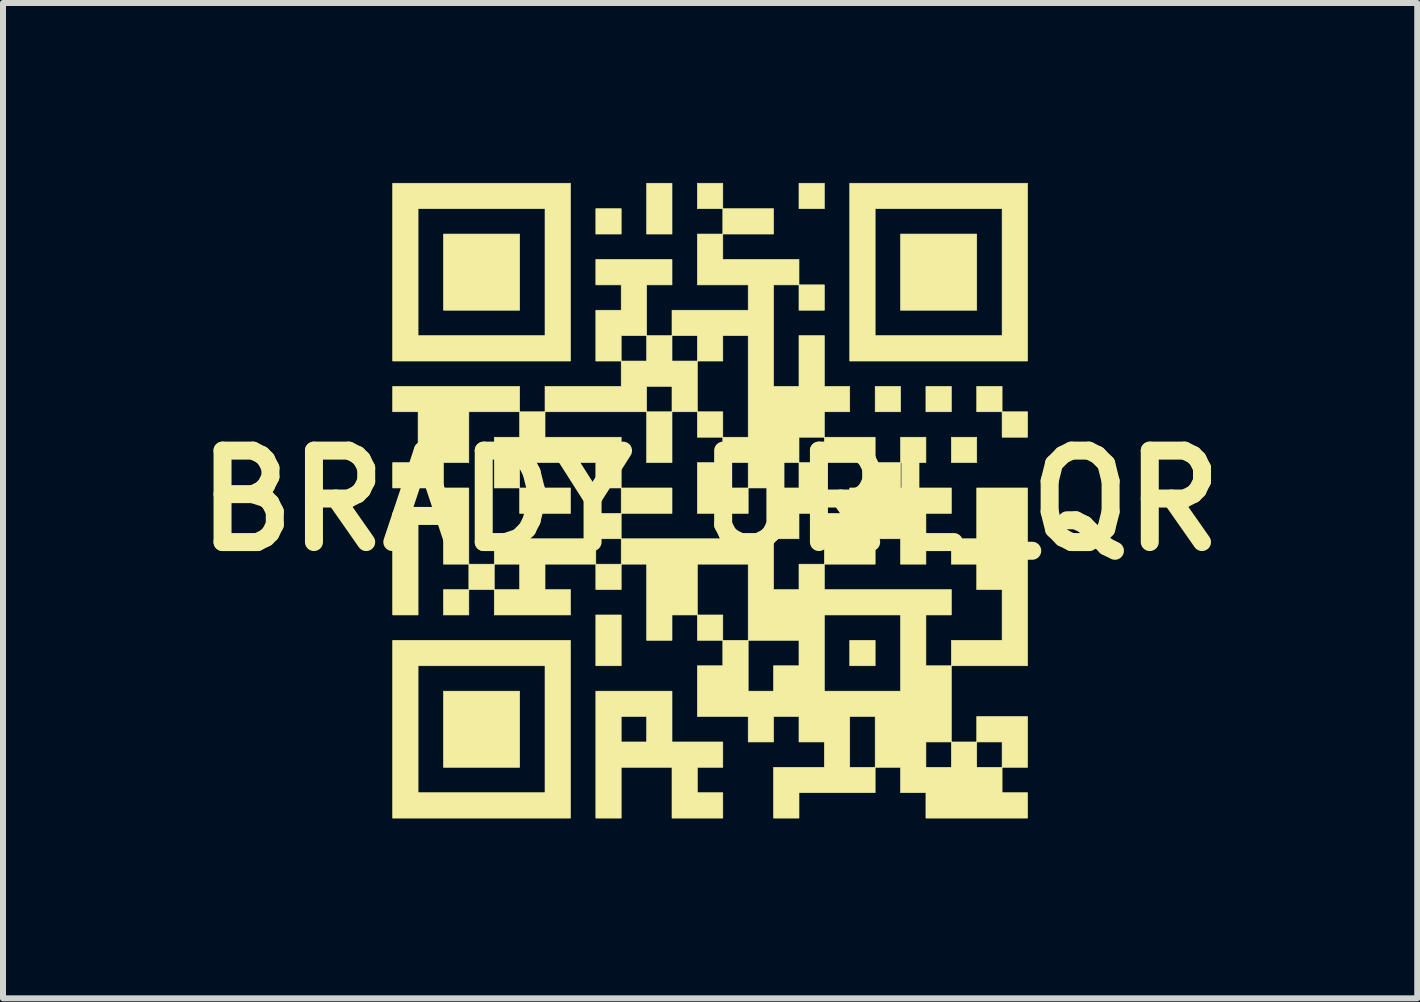
<source format=kicad_pcb>
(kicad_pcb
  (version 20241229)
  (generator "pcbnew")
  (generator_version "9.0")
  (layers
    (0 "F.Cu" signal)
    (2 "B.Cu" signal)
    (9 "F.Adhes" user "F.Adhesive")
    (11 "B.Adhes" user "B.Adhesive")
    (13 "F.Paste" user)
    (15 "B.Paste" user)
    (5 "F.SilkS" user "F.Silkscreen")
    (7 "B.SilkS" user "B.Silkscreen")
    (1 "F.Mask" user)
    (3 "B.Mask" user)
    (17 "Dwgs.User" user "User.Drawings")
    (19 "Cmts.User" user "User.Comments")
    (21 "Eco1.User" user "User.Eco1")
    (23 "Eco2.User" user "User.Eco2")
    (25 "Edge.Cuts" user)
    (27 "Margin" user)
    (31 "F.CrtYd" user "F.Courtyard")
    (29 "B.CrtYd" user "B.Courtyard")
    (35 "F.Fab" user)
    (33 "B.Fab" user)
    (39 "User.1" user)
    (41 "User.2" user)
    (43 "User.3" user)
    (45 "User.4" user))
  (footprint "BRADY_URL_QR"
    (layer "F.Cu")
    (at 8.788 5.297)
    (property "Reference" "BRADY_URL_QR" (at 0 0 0) (layer "F.SilkS") (effects (font (size 1.524 1.524) (thickness 0.3))))
    (attr through_hole)
    (fp_poly (pts (xy -4.868 1.905) (xy -5.292 1.905) (xy -5.292 0.212) (xy -4.868 0.212) (xy -4.868 1.905)) (stroke (width 0.01) (type solid)) (fill yes) (layer "F.SilkS"))
    (fp_poly (pts (xy -4.445 1.058) (xy -4.445 -0.212) (xy -4.022 -0.212) (xy -4.022 1.058) (xy -4.445 1.058)) (stroke (width 0.01) (type solid)) (fill yes) (layer "F.SilkS"))
    (fp_poly (pts (xy -4.022 1.482) (xy -4.022 1.058) (xy -3.598 1.058) (xy -3.598 1.482) (xy -4.022 1.482)) (stroke (width 0.01) (type solid)) (fill yes) (layer "F.SilkS"))
    (fp_poly (pts (xy -4.022 1.905) (xy -4.445 1.905) (xy -4.445 1.482) (xy -4.022 1.482) (xy -4.022 1.905)) (stroke (width 0.01) (type solid)) (fill yes) (layer "F.SilkS"))
    (fp_poly (pts (xy -3.175 -3.175) (xy -4.445 -3.175) (xy -4.445 -4.445) (xy -3.175 -4.445) (xy -3.175 -3.175)) (stroke (width 0.01) (type solid)) (fill yes) (layer "F.SilkS"))
    (fp_poly (pts (xy -3.175 4.445) (xy -4.445 4.445) (xy -4.445 3.175) (xy -3.175 3.175) (xy -3.175 4.445)) (stroke (width 0.01) (type solid)) (fill yes) (layer "F.SilkS"))
    (fp_poly (pts (xy -2.328 0.212) (xy -3.175 0.212) (xy -3.175 -0.212) (xy -2.328 -0.212) (xy -2.328 0.212)) (stroke (width 0.01) (type solid)) (fill yes) (layer "F.SilkS"))
    (fp_poly (pts (xy -1.482 -4.445) (xy -1.905 -4.445) (xy -1.905 -4.868) (xy -1.482 -4.868) (xy -1.482 -4.445)) (stroke (width 0.01) (type solid)) (fill yes) (layer "F.SilkS"))
    (fp_poly (pts (xy -1.482 -0.212) (xy -0.635 -0.212) (xy -0.635 0.212) (xy -1.482 0.212) (xy -1.482 -0.212)) (stroke (width 0.01) (type solid)) (fill yes) (layer "F.SilkS"))
    (fp_poly (pts (xy -1.482 0.635) (xy -1.905 0.635) (xy -1.905 0.212) (xy -1.482 0.212) (xy -1.482 0.635)) (stroke (width 0.01) (type solid)) (fill yes) (layer "F.SilkS"))
    (fp_poly (pts (xy -1.482 1.482) (xy -1.905 1.482) (xy -1.905 1.058) (xy -1.482 1.058) (xy -1.482 1.482)) (stroke (width 0.01) (type solid)) (fill yes) (layer "F.SilkS"))
    (fp_poly (pts (xy -1.482 2.752) (xy -1.905 2.752) (xy -1.905 1.905) (xy -1.482 1.905) (xy -1.482 2.752)) (stroke (width 0.01) (type solid)) (fill yes) (layer "F.SilkS"))
    (fp_poly (pts (xy -0.635 -4.445) (xy -1.058 -4.445) (xy -1.058 -5.292) (xy -0.635 -5.292) (xy -0.635 -4.445)) (stroke (width 0.01) (type solid)) (fill yes) (layer "F.SilkS"))
    (fp_poly (pts (xy -0.635 -0.635) (xy -1.058 -0.635) (xy -1.058 -1.482) (xy -0.635 -1.482) (xy -0.635 -0.635)) (stroke (width 0.01) (type solid)) (fill yes) (layer "F.SilkS"))
    (fp_poly (pts (xy -0.212 -4.868) (xy -0.212 -5.292) (xy 0.212 -5.292) (xy 0.212 -4.868) (xy -0.212 -4.868)) (stroke (width 0.01) (type solid)) (fill yes) (layer "F.SilkS"))
    (fp_poly (pts (xy 0.212 -4.868) (xy 1.058 -4.868) (xy 1.058 -4.445) (xy 0.212 -4.445) (xy 0.212 -4.868)) (stroke (width 0.01) (type solid)) (fill yes) (layer "F.SilkS"))
    (fp_poly (pts (xy 0.212 -1.058) (xy -0.212 -1.058) (xy -0.212 -1.482) (xy 0.212 -1.482) (xy 0.212 -1.058)) (stroke (width 0.01) (type solid)) (fill yes) (layer "F.SilkS"))
    (fp_poly (pts (xy 1.905 -4.868) (xy 1.482 -4.868) (xy 1.482 -5.292) (xy 1.905 -5.292) (xy 1.905 -4.868)) (stroke (width 0.01) (type solid)) (fill yes) (layer "F.SilkS"))
    (fp_poly (pts (xy 1.905 -3.175) (xy 1.482 -3.175) (xy 1.482 -3.598) (xy 1.905 -3.598) (xy 1.905 -3.175)) (stroke (width 0.01) (type solid)) (fill yes) (layer "F.SilkS"))
    (fp_poly (pts (xy 1.905 -0.635) (xy 1.905 -1.058) (xy 2.752 -1.058) (xy 2.752 -0.635) (xy 1.905 -0.635)) (stroke (width 0.01) (type solid)) (fill yes) (layer "F.SilkS"))
    (fp_poly (pts (xy 2.752 2.752) (xy 2.328 2.752) (xy 2.328 2.328) (xy 2.752 2.328) (xy 2.752 2.752)) (stroke (width 0.01) (type solid)) (fill yes) (layer "F.SilkS"))
    (fp_poly (pts (xy 3.175 -1.482) (xy 2.752 -1.482) (xy 2.752 -1.905) (xy 3.175 -1.905) (xy 3.175 -1.482)) (stroke (width 0.01) (type solid)) (fill yes) (layer "F.SilkS"))
    (fp_poly (pts (xy 3.175 -1.058) (xy 3.598 -1.058) (xy 3.598 -0.635) (xy 3.175 -0.635) (xy 3.175 -1.058)) (stroke (width 0.01) (type solid)) (fill yes) (layer "F.SilkS"))
    (fp_poly (pts (xy 4.022 -1.482) (xy 3.598 -1.482) (xy 3.598 -1.905) (xy 4.022 -1.905) (xy 4.022 -1.482)) (stroke (width 0.01) (type solid)) (fill yes) (layer "F.SilkS"))
    (fp_poly (pts (xy 4.445 -3.175) (xy 3.175 -3.175) (xy 3.175 -4.445) (xy 4.445 -4.445) (xy 4.445 -3.175)) (stroke (width 0.01) (type solid)) (fill yes) (layer "F.SilkS"))
    (fp_poly (pts (xy 4.445 -1.482) (xy 4.445 -1.905) (xy 4.868 -1.905) (xy 4.868 -1.482) (xy 4.445 -1.482)) (stroke (width 0.01) (type solid)) (fill yes) (layer "F.SilkS"))
    (fp_poly (pts (xy 4.445 -0.635) (xy 4.022 -0.635) (xy 4.022 -1.058) (xy 4.445 -1.058) (xy 4.445 -0.635)) (stroke (width 0.01) (type solid)) (fill yes) (layer "F.SilkS"))
    (fp_poly (pts (xy 5.292 -1.482) (xy 5.292 -1.058) (xy 4.868 -1.058) (xy 4.868 -1.482) (xy 5.292 -1.482)) (stroke (width 0.01) (type solid)) (fill yes) (layer "F.SilkS"))
    (fp_poly (pts (xy 0.212 -0.212) (xy 0.635 -0.212) (xy 0.635 0.212) (xy -0.212 0.212) (xy -0.212 -0.635) (xy 0.212 -0.635) (xy 0.212 -0.212)) (stroke (width 0.01) (type solid)) (fill yes) (layer "F.SilkS"))
    (fp_poly (pts (xy 1.905 0.212) (xy 1.482 0.212) (xy 1.482 0.635) (xy 1.058 0.635) (xy 1.058 -0.212) (xy 1.482 -0.212) (xy 1.482 -0.635) (xy 1.905 -0.635) (xy 1.905 0.212)) (stroke (width 0.01) (type solid)) (fill yes) (layer "F.SilkS"))
    (fp_poly (pts (xy -2.328 -2.328) (xy -5.292 -2.328) (xy -5.292 -4.868) (xy -4.868 -4.868) (xy -4.868 -2.752) (xy -2.752 -2.752) (xy -2.752 -4.868) (xy -4.868 -4.868) (xy -5.292 -4.868) (xy -5.292 -5.292) (xy -2.328 -5.292) (xy -2.328 -2.328)) (stroke (width 0.01) (type solid)) (fill yes) (layer "F.SilkS"))
    (fp_poly (pts (xy -2.328 5.292) (xy -5.292 5.292) (xy -5.292 2.752) (xy -4.868 2.752) (xy -4.868 4.868) (xy -2.752 4.868) (xy -2.752 2.752) (xy -4.868 2.752) (xy -5.292 2.752) (xy -5.292 2.328) (xy -2.328 2.328) (xy -2.328 5.292)) (stroke (width 0.01) (type solid)) (fill yes) (layer "F.SilkS"))
    (fp_poly (pts (xy 5.292 -2.328) (xy 2.328 -2.328) (xy 2.328 -4.868) (xy 2.752 -4.868) (xy 2.752 -2.752) (xy 4.868 -2.752) (xy 4.868 -4.868) (xy 2.752 -4.868) (xy 2.328 -4.868) (xy 2.328 -5.292) (xy 5.292 -5.292) (xy 5.292 -2.328)) (stroke (width 0.01) (type solid)) (fill yes) (layer "F.SilkS"))
    (fp_poly (pts (xy -5.292 -0.212) (xy -5.292 -0.635) (xy -4.868 -0.635) (xy -4.868 -1.482) (xy -5.292 -1.482) (xy -5.292 -1.905) (xy -3.175 -1.905) (xy -3.175 -1.482) (xy -4.022 -1.482) (xy -4.022 -0.635) (xy -4.445 -0.635) (xy -4.445 -0.212) (xy -5.292 -0.212)) (stroke (width 0.01) (type solid)) (fill yes) (layer "F.SilkS"))
    (fp_poly (pts (xy -2.752 -1.482) (xy -2.752 -1.058) (xy -1.482 -1.058) (xy -1.482 -0.212) (xy -1.905 -0.212) (xy -1.905 -0.635) (xy -3.175 -0.635) (xy -3.175 -0.212) (xy -3.598 -0.212) (xy -3.598 -1.058) (xy -3.175 -1.058) (xy -3.175 -1.482) (xy -2.752 -1.482)) (stroke (width 0.01) (type solid)) (fill yes) (layer "F.SilkS"))
    (fp_poly (pts (xy -2.752 1.058) (xy -2.752 1.482) (xy -2.328 1.482) (xy -2.328 1.905) (xy -3.598 1.905) (xy -3.598 1.482) (xy -3.175 1.482) (xy -3.175 1.058) (xy -3.598 1.058) (xy -3.598 0.635) (xy -1.905 0.635) (xy -1.905 1.058) (xy -2.752 1.058)) (stroke (width 0.01) (type solid)) (fill yes) (layer "F.SilkS"))
    (fp_poly (pts (xy 4.022 2.328) (xy 4.868 2.328) (xy 4.868 1.482) (xy 4.445 1.482) (xy 4.445 1.058) (xy 4.022 1.058) (xy 4.022 0.635) (xy 4.445 0.635) (xy 4.445 -0.212) (xy 5.292 -0.212) (xy 5.292 2.752) (xy 4.022 2.752) (xy 4.022 2.328)) (stroke (width 0.01) (type solid)) (fill yes) (layer "F.SilkS"))
    (fp_poly (pts (xy 3.175 -0.635) (xy 3.175 -0.212) (xy 4.022 -0.212) (xy 4.022 0.212) (xy 3.598 0.212) (xy 3.598 1.058) (xy 3.175 1.058) (xy 3.175 0.635) (xy 2.752 0.635) (xy 2.752 1.058) (xy 1.905 1.058) (xy 1.905 0.212) (xy 2.328 0.212) (xy 2.328 -0.212) (xy 2.752 -0.212) (xy 2.752 -0.635) (xy 3.175 -0.635)) (stroke (width 0.01) (type solid)) (fill yes) (layer "F.SilkS"))
    (fp_poly (pts (xy -0.635 4.022) (xy 0.212 4.022) (xy 0.212 4.445) (xy -0.212 4.445) (xy -0.212 4.868) (xy 0.212 4.868) (xy 0.212 5.292) (xy -0.635 5.292) (xy -0.635 4.445) (xy -1.482 4.445) (xy -1.482 5.292) (xy -1.905 5.292) (xy -1.905 3.598) (xy -1.482 3.598) (xy -1.482 4.022) (xy -1.058 4.022) (xy -1.058 3.598) (xy -1.482 3.598) (xy -1.905 3.598) (xy -1.905 3.175) (xy -0.635 3.175) (xy -0.635 4.022)) (stroke (width 0.01) (type solid)) (fill yes) (layer "F.SilkS"))
    (fp_poly (pts (xy -2.752 -1.905) (xy -1.482 -1.905) (xy -1.482 -2.328) (xy -1.905 -2.328) (xy -1.905 -2.752) (xy -1.482 -2.752) (xy -1.482 -2.328) (xy -1.058 -2.328) (xy -1.058 -2.752) (xy -1.482 -2.752) (xy -1.905 -2.752) (xy -1.905 -3.175) (xy -1.482 -3.175) (xy -1.482 -3.598) (xy -1.905 -3.598) (xy -1.905 -4.022) (xy -0.635 -4.022) (xy -0.635 -3.598) (xy -1.058 -3.598) (xy -1.058 -2.752) (xy -0.635 -2.752) (xy -0.635 -2.328) (xy -0.212 -2.328) (xy -0.212 -1.482) (xy -0.635 -1.482) (xy -0.635 -1.905) (xy -1.058 -1.905) (xy -1.058 -1.482) (xy -2.752 -1.482) (xy -2.752 -1.905)) (stroke (width 0.01) (type solid)) (fill yes) (layer "F.SilkS"))
    (fp_poly (pts (xy -0.635 -3.175) (xy 0.635 -3.175) (xy 0.635 -3.598) (xy -0.212 -3.598) (xy -0.212 -4.445) (xy 0.212 -4.445) (xy 0.212 -4.022) (xy 1.482 -4.022) (xy 1.482 -3.598) (xy 1.058 -3.598) (xy 1.058 -1.905) (xy 1.482 -1.905) (xy 1.482 -2.752) (xy 1.905 -2.752) (xy 1.905 -1.905) (xy 2.328 -1.905) (xy 2.328 -1.482) (xy 1.905 -1.482) (xy 1.905 -1.058) (xy 1.482 -1.058) (xy 1.482 -0.635) (xy 1.058 -0.635) (xy 1.058 -0.212) (xy 0.635 -0.212) (xy 0.635 -0.635) (xy 0.212 -0.635) (xy 0.212 -1.058) (xy 0.635 -1.058) (xy 0.635 -2.752) (xy 0.212 -2.752) (xy 0.212 -2.328) (xy -0.212 -2.328) (xy -0.212 -2.752) (xy -0.635 -2.752) (xy -0.635 -3.175)) (stroke (width 0.01) (type solid)) (fill yes) (layer "F.SilkS"))
    (fp_poly (pts (xy 1.905 1.482) (xy 4.022 1.482) (xy 4.022 1.905) (xy 3.598 1.905) (xy 3.598 2.752) (xy 4.022 2.752) (xy 4.022 4.022) (xy 4.445 4.022) (xy 4.445 4.445) (xy 4.868 4.445) (xy 4.868 4.022) (xy 4.445 4.022) (xy 4.445 3.598) (xy 5.292 3.598) (xy 5.292 4.445) (xy 4.868 4.445) (xy 4.868 4.868) (xy 5.292 4.868) (xy 5.292 5.292) (xy 3.598 5.292) (xy 3.598 4.868) (xy 3.175 4.868) (xy 3.175 4.445) (xy 2.752 4.445) (xy 2.752 4.868) (xy 1.482 4.868) (xy 1.482 5.292) (xy 1.058 5.292) (xy 1.058 4.445) (xy 1.905 4.445) (xy 1.905 4.022) (xy 1.482 4.022) (xy 1.482 3.598) (xy 2.328 3.598) (xy 2.328 4.445) (xy 2.752 4.445) (xy 2.752 4.022) (xy 3.598 4.022) (xy 3.598 4.445) (xy 4.022 4.445) (xy 4.022 4.022) (xy 3.598 4.022) (xy 2.752 4.022) (xy 2.752 3.598) (xy 2.328 3.598) (xy 1.482 3.598) (xy 1.058 3.598) (xy 1.058 4.022) (xy 0.635 4.022) (xy 0.635 3.598) (xy -0.212 3.598) (xy -0.212 3.175) (xy 0.635 3.175) (xy 1.058 3.175) (xy 1.058 2.752) (xy 1.482 2.752) (xy 1.482 2.328) (xy 0.635 2.328) (xy 0.635 3.175) (xy -0.212 3.175) (xy -0.212 2.752) (xy 0.212 2.752) (xy 0.212 2.328) (xy -0.212 2.328) (xy -0.212 1.905) (xy -0.635 1.905) (xy -0.635 2.328) (xy -1.058 2.328) (xy -1.058 1.058) (xy -0.212 1.058) (xy -0.212 1.905) (xy 0.212 1.905) (xy 0.212 2.328) (xy 0.635 2.328) (xy 0.635 1.905) (xy 1.905 1.905) (xy 1.905 3.175) (xy 3.175 3.175) (xy 3.175 1.905) (xy 1.905 1.905) (xy 0.635 1.905) (xy 0.635 1.058) (xy -0.212 1.058) (xy -1.058 1.058) (xy -1.482 1.058) (xy -1.482 0.635) (xy 1.058 0.635) (xy 1.058 1.482) (xy 1.482 1.482) (xy 1.482 1.058) (xy 1.905 1.058) (xy 1.905 1.482)) (stroke (width 0.01) (type solid)) (fill yes) (layer "F.SilkS")))
  (gr_rect
    (start -3 -3)
    (end 20.577 13.593)
    (stroke (width 0.1) (type default))
    (fill no)
    (layer "Edge.Cuts")))
</source>
